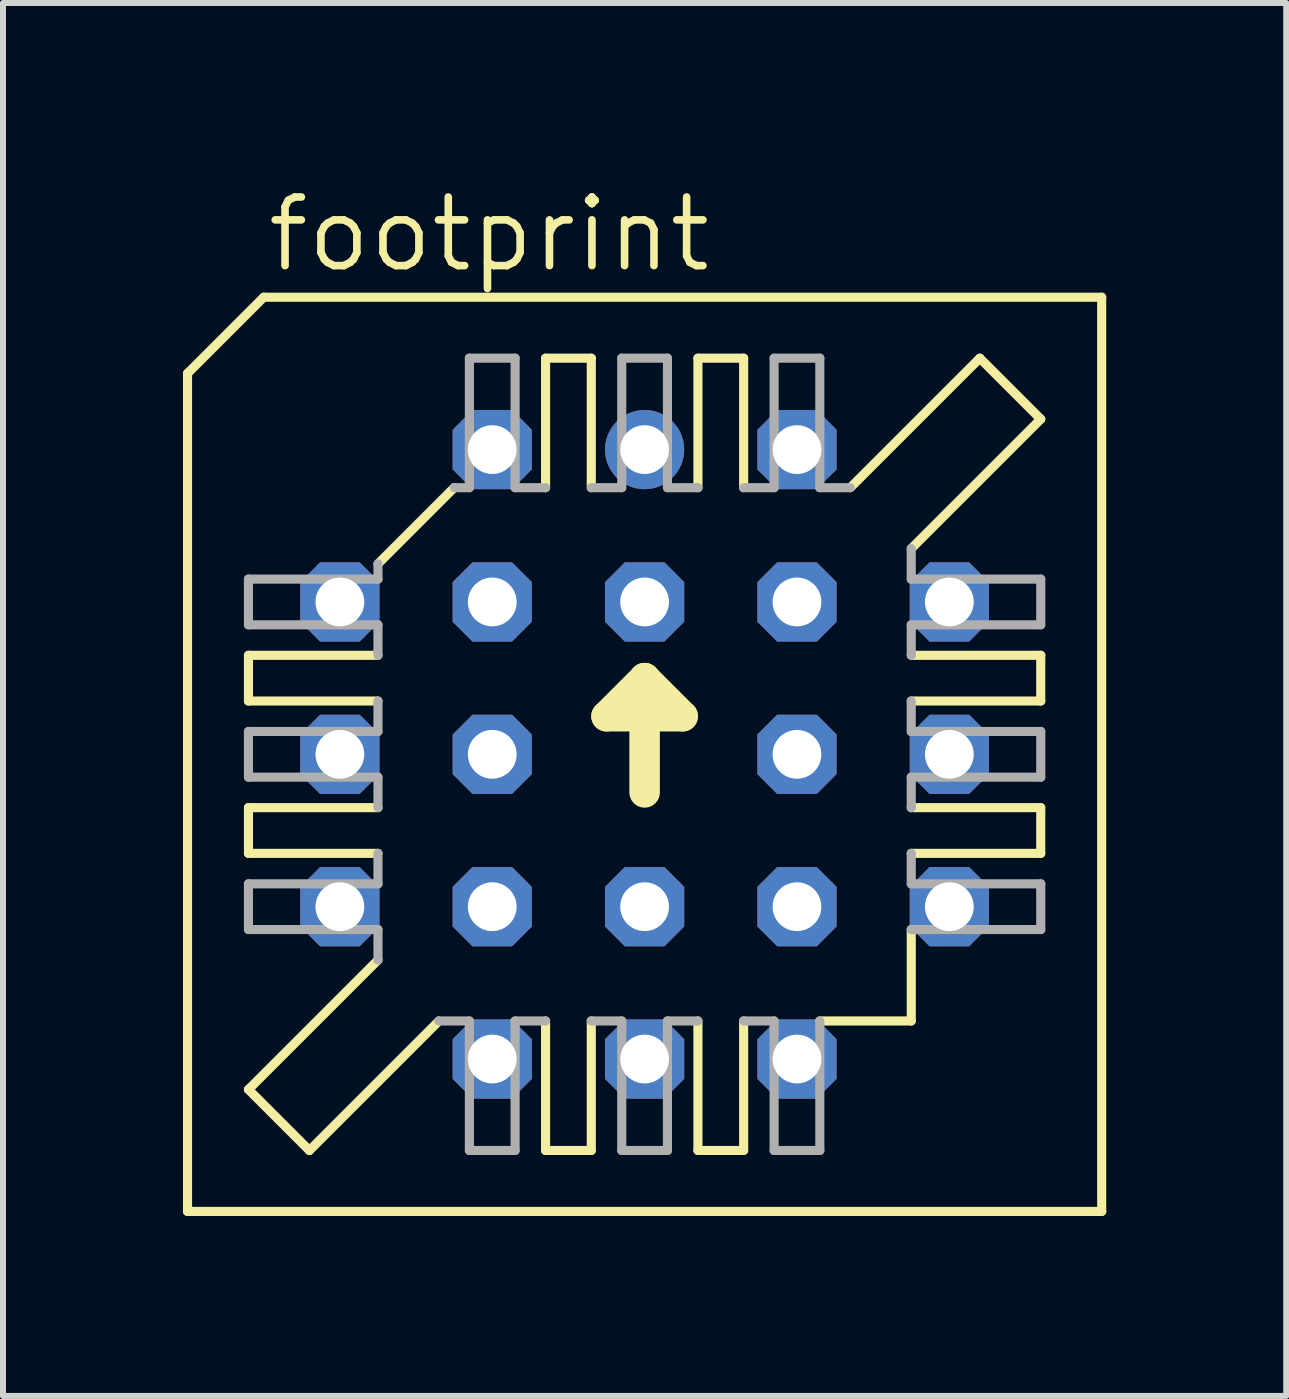
<source format=kicad_pcb>
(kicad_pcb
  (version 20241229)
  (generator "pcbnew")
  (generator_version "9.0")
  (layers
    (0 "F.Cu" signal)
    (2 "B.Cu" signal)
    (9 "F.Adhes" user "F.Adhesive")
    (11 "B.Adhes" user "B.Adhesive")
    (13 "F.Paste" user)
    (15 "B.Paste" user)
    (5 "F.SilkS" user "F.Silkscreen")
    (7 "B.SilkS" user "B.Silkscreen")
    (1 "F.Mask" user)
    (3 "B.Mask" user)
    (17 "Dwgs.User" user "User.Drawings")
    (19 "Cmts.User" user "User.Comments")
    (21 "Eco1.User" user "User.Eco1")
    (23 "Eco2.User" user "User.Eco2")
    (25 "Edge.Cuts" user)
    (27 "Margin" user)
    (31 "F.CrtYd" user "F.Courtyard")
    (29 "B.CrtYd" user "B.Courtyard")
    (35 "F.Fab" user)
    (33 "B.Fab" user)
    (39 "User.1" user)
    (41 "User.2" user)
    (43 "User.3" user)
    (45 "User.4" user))
  (footprint "footprint"
    (layer "F.Cu")
    (at 7.696 9.525)
    (property "Reference" "footprint" (at -6.35 -8.001 0) (layer "F.SilkS") (effects (font (size 1.143 1.143) (thickness 0.127)) (justify left bottom)))
    (fp_line (start -7.62 -6.35) (end -7.62 7.62) (stroke (width 0.152) (type solid)) (layer "F.SilkS"))
    (fp_line (start -6.604 -0.889) (end -6.604 -1.651) (stroke (width 0.152) (type solid)) (layer "F.SilkS"))
    (fp_line (start -6.604 -0.889) (end -4.445 -0.889) (stroke (width 0.152) (type solid)) (layer "F.SilkS"))
    (fp_line (start -6.604 1.651) (end -6.604 0.889) (stroke (width 0.152) (type solid)) (layer "F.SilkS"))
    (fp_line (start -6.604 1.651) (end -4.445 1.651) (stroke (width 0.152) (type solid)) (layer "F.SilkS"))
    (fp_line (start -6.604 5.588) (end -4.445 3.429) (stroke (width 0.152) (type solid)) (layer "F.SilkS"))
    (fp_line (start -6.35 -7.62) (end -7.62 -6.35) (stroke (width 0.152) (type solid)) (layer "F.SilkS"))
    (fp_line (start -5.588 6.604) (end -6.604 5.588) (stroke (width 0.152) (type solid)) (layer "F.SilkS"))
    (fp_line (start -5.588 6.604) (end -3.429 4.445) (stroke (width 0.152) (type solid)) (layer "F.SilkS"))
    (fp_line (start -4.445 -3.175) (end -3.175 -4.445) (stroke (width 0.152) (type solid)) (layer "F.SilkS"))
    (fp_line (start -4.445 -1.651) (end -6.604 -1.651) (stroke (width 0.152) (type solid)) (layer "F.SilkS"))
    (fp_line (start -4.445 0.889) (end -6.604 0.889) (stroke (width 0.152) (type solid)) (layer "F.SilkS"))
    (fp_line (start -1.651 -4.445) (end -1.651 -6.604) (stroke (width 0.152) (type solid)) (layer "F.SilkS"))
    (fp_line (start -1.651 6.604) (end -1.651 4.445) (stroke (width 0.152) (type solid)) (layer "F.SilkS"))
    (fp_line (start -1.651 6.604) (end -0.889 6.604) (stroke (width 0.152) (type solid)) (layer "F.SilkS"))
    (fp_line (start -0.889 -6.604) (end -1.651 -6.604) (stroke (width 0.152) (type solid)) (layer "F.SilkS"))
    (fp_line (start -0.889 -6.604) (end -0.889 -4.445) (stroke (width 0.152) (type solid)) (layer "F.SilkS"))
    (fp_line (start -0.889 4.445) (end -0.889 6.604) (stroke (width 0.152) (type solid)) (layer "F.SilkS"))
    (fp_line (start -0.635 -0.635) (end 0 -1.27) (stroke (width 0.508) (type solid)) (layer "F.SilkS"))
    (fp_line (start 0 -1.27) (end 0 0.635) (stroke (width 0.508) (type solid)) (layer "F.SilkS"))
    (fp_line (start 0 -1.27) (end 0.635 -0.635) (stroke (width 0.508) (type solid)) (layer "F.SilkS"))
    (fp_line (start 0.635 -0.635) (end -0.635 -0.635) (stroke (width 0.508) (type solid)) (layer "F.SilkS"))
    (fp_line (start 0.889 -4.445) (end 0.889 -6.604) (stroke (width 0.152) (type solid)) (layer "F.SilkS"))
    (fp_line (start 0.889 6.604) (end 0.889 4.445) (stroke (width 0.152) (type solid)) (layer "F.SilkS"))
    (fp_line (start 0.889 6.604) (end 1.651 6.604) (stroke (width 0.152) (type solid)) (layer "F.SilkS"))
    (fp_line (start 1.651 -6.604) (end 0.889 -6.604) (stroke (width 0.152) (type solid)) (layer "F.SilkS"))
    (fp_line (start 1.651 -6.604) (end 1.651 -4.445) (stroke (width 0.152) (type solid)) (layer "F.SilkS"))
    (fp_line (start 1.651 4.445) (end 1.651 6.604) (stroke (width 0.152) (type solid)) (layer "F.SilkS"))
    (fp_line (start 2.921 4.445) (end 4.445 4.445) (stroke (width 0.152) (type solid)) (layer "F.SilkS"))
    (fp_line (start 4.445 -0.889) (end 6.604 -0.889) (stroke (width 0.152) (type solid)) (layer "F.SilkS"))
    (fp_line (start 4.445 1.651) (end 6.604 1.651) (stroke (width 0.152) (type solid)) (layer "F.SilkS"))
    (fp_line (start 4.445 2.921) (end 4.445 4.445) (stroke (width 0.152) (type solid)) (layer "F.SilkS"))
    (fp_line (start 5.588 -6.604) (end 3.429 -4.445) (stroke (width 0.152) (type solid)) (layer "F.SilkS"))
    (fp_line (start 6.604 -5.588) (end 4.445 -3.429) (stroke (width 0.152) (type solid)) (layer "F.SilkS"))
    (fp_line (start 6.604 -5.588) (end 5.588 -6.604) (stroke (width 0.152) (type solid)) (layer "F.SilkS"))
    (fp_line (start 6.604 -1.651) (end 4.445 -1.651) (stroke (width 0.152) (type solid)) (layer "F.SilkS"))
    (fp_line (start 6.604 -1.651) (end 6.604 -0.889) (stroke (width 0.152) (type solid)) (layer "F.SilkS"))
    (fp_line (start 6.604 0.889) (end 4.445 0.889) (stroke (width 0.152) (type solid)) (layer "F.SilkS"))
    (fp_line (start 6.604 0.889) (end 6.604 1.651) (stroke (width 0.152) (type solid)) (layer "F.SilkS"))
    (fp_line (start 7.62 -7.62) (end -6.35 -7.62) (stroke (width 0.152) (type solid)) (layer "F.SilkS"))
    (fp_line (start 7.62 7.62) (end -7.62 7.62) (stroke (width 0.152) (type solid)) (layer "F.SilkS"))
    (fp_line (start 7.62 7.62) (end 7.62 -7.62) (stroke (width 0.152) (type solid)) (layer "F.SilkS"))
    (fp_line (start -6.604 -2.159) (end -6.604 -2.921) (stroke (width 0.152) (type solid)) (layer "F.Fab"))
    (fp_line (start -6.604 -2.159) (end -4.445 -2.159) (stroke (width 0.152) (type solid)) (layer "F.Fab"))
    (fp_line (start -6.604 0.381) (end -6.604 -0.381) (stroke (width 0.152) (type solid)) (layer "F.Fab"))
    (fp_line (start -6.604 0.381) (end -4.445 0.381) (stroke (width 0.152) (type solid)) (layer "F.Fab"))
    (fp_line (start -6.604 2.921) (end -6.604 2.159) (stroke (width 0.152) (type solid)) (layer "F.Fab"))
    (fp_line (start -6.604 2.921) (end -4.445 2.921) (stroke (width 0.152) (type solid)) (layer "F.Fab"))
    (fp_line (start -4.445 -2.921) (end -6.604 -2.921) (stroke (width 0.152) (type solid)) (layer "F.Fab"))
    (fp_line (start -4.445 -2.921) (end -4.445 -3.175) (stroke (width 0.152) (type solid)) (layer "F.Fab"))
    (fp_line (start -4.445 -1.651) (end -4.445 -2.159) (stroke (width 0.152) (type solid)) (layer "F.Fab"))
    (fp_line (start -4.445 -0.381) (end -6.604 -0.381) (stroke (width 0.152) (type solid)) (layer "F.Fab"))
    (fp_line (start -4.445 -0.381) (end -4.445 -0.889) (stroke (width 0.152) (type solid)) (layer "F.Fab"))
    (fp_line (start -4.445 0.889) (end -4.445 0.381) (stroke (width 0.152) (type solid)) (layer "F.Fab"))
    (fp_line (start -4.445 2.159) (end -6.604 2.159) (stroke (width 0.152) (type solid)) (layer "F.Fab"))
    (fp_line (start -4.445 2.159) (end -4.445 1.651) (stroke (width 0.152) (type solid)) (layer "F.Fab"))
    (fp_line (start -4.445 3.429) (end -4.445 2.921) (stroke (width 0.152) (type solid)) (layer "F.Fab"))
    (fp_line (start -3.429 4.445) (end -2.921 4.445) (stroke (width 0.152) (type solid)) (layer "F.Fab"))
    (fp_line (start -2.921 -4.445) (end -3.175 -4.445) (stroke (width 0.152) (type solid)) (layer "F.Fab"))
    (fp_line (start -2.921 -4.445) (end -2.921 -6.604) (stroke (width 0.152) (type solid)) (layer "F.Fab"))
    (fp_line (start -2.921 6.604) (end -2.921 4.445) (stroke (width 0.152) (type solid)) (layer "F.Fab"))
    (fp_line (start -2.921 6.604) (end -2.159 6.604) (stroke (width 0.152) (type solid)) (layer "F.Fab"))
    (fp_line (start -2.159 -6.604) (end -2.921 -6.604) (stroke (width 0.152) (type solid)) (layer "F.Fab"))
    (fp_line (start -2.159 -6.604) (end -2.159 -4.445) (stroke (width 0.152) (type solid)) (layer "F.Fab"))
    (fp_line (start -2.159 4.445) (end -2.159 6.604) (stroke (width 0.152) (type solid)) (layer "F.Fab"))
    (fp_line (start -2.159 4.445) (end -1.651 4.445) (stroke (width 0.152) (type solid)) (layer "F.Fab"))
    (fp_line (start -1.651 -4.445) (end -2.159 -4.445) (stroke (width 0.152) (type solid)) (layer "F.Fab"))
    (fp_line (start -0.889 4.445) (end -0.381 4.445) (stroke (width 0.152) (type solid)) (layer "F.Fab"))
    (fp_line (start -0.381 -4.445) (end -0.889 -4.445) (stroke (width 0.152) (type solid)) (layer "F.Fab"))
    (fp_line (start -0.381 -4.445) (end -0.381 -6.604) (stroke (width 0.152) (type solid)) (layer "F.Fab"))
    (fp_line (start -0.381 6.604) (end -0.381 4.445) (stroke (width 0.152) (type solid)) (layer "F.Fab"))
    (fp_line (start -0.381 6.604) (end 0.381 6.604) (stroke (width 0.152) (type solid)) (layer "F.Fab"))
    (fp_line (start 0.381 -6.604) (end -0.381 -6.604) (stroke (width 0.152) (type solid)) (layer "F.Fab"))
    (fp_line (start 0.381 -6.604) (end 0.381 -4.445) (stroke (width 0.152) (type solid)) (layer "F.Fab"))
    (fp_line (start 0.381 4.445) (end 0.381 6.604) (stroke (width 0.152) (type solid)) (layer "F.Fab"))
    (fp_line (start 0.381 4.445) (end 0.889 4.445) (stroke (width 0.152) (type solid)) (layer "F.Fab"))
    (fp_line (start 0.889 -4.445) (end 0.381 -4.445) (stroke (width 0.152) (type solid)) (layer "F.Fab"))
    (fp_line (start 1.651 4.445) (end 2.159 4.445) (stroke (width 0.152) (type solid)) (layer "F.Fab"))
    (fp_line (start 2.159 -4.445) (end 1.651 -4.445) (stroke (width 0.152) (type solid)) (layer "F.Fab"))
    (fp_line (start 2.159 -4.445) (end 2.159 -6.604) (stroke (width 0.152) (type solid)) (layer "F.Fab"))
    (fp_line (start 2.159 6.604) (end 2.159 4.445) (stroke (width 0.152) (type solid)) (layer "F.Fab"))
    (fp_line (start 2.159 6.604) (end 2.921 6.604) (stroke (width 0.152) (type solid)) (layer "F.Fab"))
    (fp_line (start 2.921 -6.604) (end 2.159 -6.604) (stroke (width 0.152) (type solid)) (layer "F.Fab"))
    (fp_line (start 2.921 -6.604) (end 2.921 -4.445) (stroke (width 0.152) (type solid)) (layer "F.Fab"))
    (fp_line (start 2.921 4.445) (end 2.921 6.604) (stroke (width 0.152) (type solid)) (layer "F.Fab"))
    (fp_line (start 3.429 -4.445) (end 2.921 -4.445) (stroke (width 0.152) (type solid)) (layer "F.Fab"))
    (fp_line (start 4.445 -3.429) (end 4.445 -2.921) (stroke (width 0.152) (type solid)) (layer "F.Fab"))
    (fp_line (start 4.445 -2.159) (end 4.445 -1.651) (stroke (width 0.152) (type solid)) (layer "F.Fab"))
    (fp_line (start 4.445 -2.159) (end 6.604 -2.159) (stroke (width 0.152) (type solid)) (layer "F.Fab"))
    (fp_line (start 4.445 -0.889) (end 4.445 -0.381) (stroke (width 0.152) (type solid)) (layer "F.Fab"))
    (fp_line (start 4.445 0.381) (end 4.445 0.889) (stroke (width 0.152) (type solid)) (layer "F.Fab"))
    (fp_line (start 4.445 0.381) (end 6.604 0.381) (stroke (width 0.152) (type solid)) (layer "F.Fab"))
    (fp_line (start 4.445 1.651) (end 4.445 2.159) (stroke (width 0.152) (type solid)) (layer "F.Fab"))
    (fp_line (start 4.445 2.921) (end 6.604 2.921) (stroke (width 0.152) (type solid)) (layer "F.Fab"))
    (fp_line (start 6.604 -2.921) (end 4.445 -2.921) (stroke (width 0.152) (type solid)) (layer "F.Fab"))
    (fp_line (start 6.604 -2.921) (end 6.604 -2.159) (stroke (width 0.152) (type solid)) (layer "F.Fab"))
    (fp_line (start 6.604 -0.381) (end 4.445 -0.381) (stroke (width 0.152) (type solid)) (layer "F.Fab"))
    (fp_line (start 6.604 -0.381) (end 6.604 0.381) (stroke (width 0.152) (type solid)) (layer "F.Fab"))
    (fp_line (start 6.604 2.159) (end 4.445 2.159) (stroke (width 0.152) (type solid)) (layer "F.Fab"))
    (fp_line (start 6.604 2.159) (end 6.604 2.921) (stroke (width 0.152) (type solid)) (layer "F.Fab"))
    (pad "1" thru_hole circle (at 0 -5.08) (size 1.321 1.321) (drill 0.813) (layers "*.Cu" "*.Mask"))
    (pad "2" thru_hole roundrect (at 0 -2.54) (size 1.321 1.321) (drill 0.813) (layers "*.Cu" "*.Mask") (roundrect_rratio 0.25) (chamfer_ratio 0.25) (chamfer top_left top_right bottom_left bottom_right))
    (pad "3" thru_hole roundrect (at -2.54 -5.08) (size 1.321 1.321) (drill 0.813) (layers "*.Cu" "*.Mask") (roundrect_rratio 0.25) (chamfer_ratio 0.25) (chamfer top_left top_right bottom_left bottom_right))
    (pad "4" thru_hole roundrect (at -5.08 -2.54) (size 1.321 1.321) (drill 0.813) (layers "*.Cu" "*.Mask") (roundrect_rratio 0.25) (chamfer_ratio 0.25) (chamfer top_left top_right bottom_left bottom_right))
    (pad "5" thru_hole roundrect (at -2.54 -2.54) (size 1.321 1.321) (drill 0.813) (layers "*.Cu" "*.Mask") (roundrect_rratio 0.25) (chamfer_ratio 0.25) (chamfer top_left top_right bottom_left bottom_right))
    (pad "6" thru_hole roundrect (at -5.08 0) (size 1.321 1.321) (drill 0.813) (layers "*.Cu" "*.Mask") (roundrect_rratio 0.25) (chamfer_ratio 0.25) (chamfer top_left top_right bottom_left bottom_right))
    (pad "7" thru_hole roundrect (at -2.54 0) (size 1.321 1.321) (drill 0.813) (layers "*.Cu" "*.Mask") (roundrect_rratio 0.25) (chamfer_ratio 0.25) (chamfer top_left top_right bottom_left bottom_right))
    (pad "8" thru_hole roundrect (at -5.08 2.54) (size 1.321 1.321) (drill 0.813) (layers "*.Cu" "*.Mask") (roundrect_rratio 0.25) (chamfer_ratio 0.25) (chamfer top_left top_right bottom_left bottom_right))
    (pad "9" thru_hole roundrect (at -2.54 5.08) (size 1.321 1.321) (drill 0.813) (layers "*.Cu" "*.Mask") (roundrect_rratio 0.25) (chamfer_ratio 0.25) (chamfer top_left top_right bottom_left bottom_right))
    (pad "10" thru_hole roundrect (at -2.54 2.54) (size 1.321 1.321) (drill 0.813) (layers "*.Cu" "*.Mask") (roundrect_rratio 0.25) (chamfer_ratio 0.25) (chamfer top_left top_right bottom_left bottom_right))
    (pad "11" thru_hole roundrect (at 0 5.08) (size 1.321 1.321) (drill 0.813) (layers "*.Cu" "*.Mask") (roundrect_rratio 0.25) (chamfer_ratio 0.25) (chamfer top_left top_right bottom_left bottom_right))
    (pad "12" thru_hole roundrect (at 0 2.54) (size 1.321 1.321) (drill 0.813) (layers "*.Cu" "*.Mask") (roundrect_rratio 0.25) (chamfer_ratio 0.25) (chamfer top_left top_right bottom_left bottom_right))
    (pad "13" thru_hole roundrect (at 2.54 5.08) (size 1.321 1.321) (drill 0.813) (layers "*.Cu" "*.Mask") (roundrect_rratio 0.25) (chamfer_ratio 0.25) (chamfer top_left top_right bottom_left bottom_right))
    (pad "14" thru_hole roundrect (at 5.08 2.54) (size 1.321 1.321) (drill 0.813) (layers "*.Cu" "*.Mask") (roundrect_rratio 0.25) (chamfer_ratio 0.25) (chamfer top_left top_right bottom_left bottom_right))
    (pad "15" thru_hole roundrect (at 2.54 2.54) (size 1.321 1.321) (drill 0.813) (layers "*.Cu" "*.Mask") (roundrect_rratio 0.25) (chamfer_ratio 0.25) (chamfer top_left top_right bottom_left bottom_right))
    (pad "16" thru_hole roundrect (at 5.08 0) (size 1.321 1.321) (drill 0.813) (layers "*.Cu" "*.Mask") (roundrect_rratio 0.25) (chamfer_ratio 0.25) (chamfer top_left top_right bottom_left bottom_right))
    (pad "17" thru_hole roundrect (at 2.54 0) (size 1.321 1.321) (drill 0.813) (layers "*.Cu" "*.Mask") (roundrect_rratio 0.25) (chamfer_ratio 0.25) (chamfer top_left top_right bottom_left bottom_right))
    (pad "18" thru_hole roundrect (at 5.08 -2.54) (size 1.321 1.321) (drill 0.813) (layers "*.Cu" "*.Mask") (roundrect_rratio 0.25) (chamfer_ratio 0.25) (chamfer top_left top_right bottom_left bottom_right))
    (pad "19" thru_hole roundrect (at 2.54 -5.08) (size 1.321 1.321) (drill 0.813) (layers "*.Cu" "*.Mask") (roundrect_rratio 0.25) (chamfer_ratio 0.25) (chamfer top_left top_right bottom_left bottom_right))
    (pad "20" thru_hole roundrect (at 2.54 -2.54) (size 1.321 1.321) (drill 0.813) (layers "*.Cu" "*.Mask") (roundrect_rratio 0.25) (chamfer_ratio 0.25) (chamfer top_left top_right bottom_left bottom_right)))
  (gr_rect
    (start -3 -3)
    (end 18.392 20.221)
    (stroke (width 0.1) (type default))
    (fill no)
    (layer "Edge.Cuts")))
</source>
